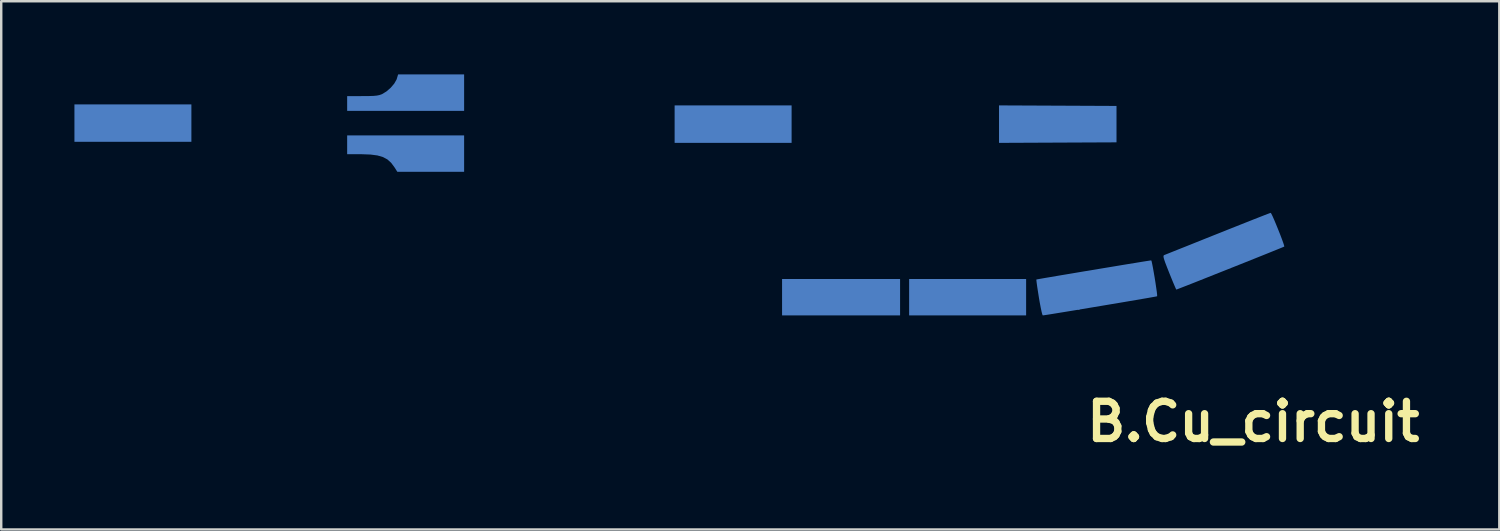
<source format=kicad_pcb>
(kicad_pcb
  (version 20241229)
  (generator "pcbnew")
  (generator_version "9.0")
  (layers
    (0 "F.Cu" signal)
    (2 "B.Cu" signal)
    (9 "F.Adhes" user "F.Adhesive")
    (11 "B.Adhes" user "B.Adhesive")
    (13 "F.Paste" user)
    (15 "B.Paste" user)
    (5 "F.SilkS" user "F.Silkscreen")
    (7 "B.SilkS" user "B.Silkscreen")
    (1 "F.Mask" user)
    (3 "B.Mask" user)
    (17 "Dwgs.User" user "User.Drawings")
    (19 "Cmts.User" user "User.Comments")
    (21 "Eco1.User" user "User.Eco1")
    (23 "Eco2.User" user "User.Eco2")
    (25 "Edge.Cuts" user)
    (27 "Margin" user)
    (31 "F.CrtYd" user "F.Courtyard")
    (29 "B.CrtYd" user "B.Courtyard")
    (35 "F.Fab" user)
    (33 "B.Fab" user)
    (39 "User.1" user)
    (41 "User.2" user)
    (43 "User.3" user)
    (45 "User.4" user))
  (footprint "B.Cu_circuit"
    (layer "F.Cu")
    (at 48.307 14.229)
    (property "Reference" "B.Cu_circuit" (at 0 0 0) (layer "F.SilkS") (effects (font (size 1.524 1.524) (thickness 0.3))))
    (attr through_hole)
    (pad "1" smd custom (at -6.35 -12.192) (size 1 1) (layers "B.Cu") (options (anchor rect)) (primitives (gr_poly (pts (xy 0.741 -0.741) (xy 0.741 0.741) (xy -1.662 0.752) (xy -4.064 0.763) (xy -4.064 -0.763) (xy 0.741 -0.741)) (width 0.01) (fill yes))))
    (pad "2" smd custom (at -21.844 -12.192) (size 1 1) (layers "B.Cu") (options (anchor rect)) (primitives (gr_poly (pts (xy 2.921 0.762) (xy -1.863 0.762) (xy -1.863 -0.762) (xy 2.921 -0.762) (xy 2.921 0.762)) (width 0.01) (fill yes))))
    (pad "3" smd custom (at -33.02 -13.716) (size 1 1) (layers "B.Cu") (options (anchor rect)) (primitives (gr_poly (pts (xy 0.677 0.974) (xy -4.106 0.974) (xy -4.106 0.381) (xy -3.482 0.38) (xy -3.224 0.378) (xy -3.034 0.372) (xy -2.895 0.359) (xy -2.79 0.338) (xy -2.703 0.308) (xy -2.679 0.298) (xy -2.5 0.19) (xy -2.326 0.039) (xy -2.18 -0.131) (xy -2.084 -0.297) (xy -2.071 -0.335) (xy -2.019 -0.508) (xy 0.677 -0.508) (xy 0.677 0.974)) (width 0.01) (fill yes))))
    (pad "4" smd custom (at -33.02 -11.176) (size 1 1) (layers "B.Cu") (options (anchor rect)) (primitives (gr_poly (pts (xy 0.677 0.931) (xy -2.053 0.931) (xy -2.171 0.745) (xy -2.305 0.565) (xy -2.458 0.427) (xy -2.642 0.328) (xy -2.87 0.262) (xy -3.154 0.225) (xy -3.507 0.212) (xy -3.565 0.212) (xy -4.106 0.212) (xy -4.106 -0.55) (xy 0.677 -0.55) (xy 0.677 0.931)) (width 0.01) (fill yes))))
    (pad "5" smd custom (at -44.45 -12.192) (size 1 1) (layers "B.Cu") (options (anchor rect)) (primitives (gr_poly (pts (xy 0.931 0.72) (xy -3.852 0.72) (xy -3.852 -0.804) (xy 0.931 -0.804) (xy 0.931 0.72)) (width 0.01) (fill yes))))
    (pad "6" smd custom (at -16.51 -5.08) (size 1 1) (layers "B.Cu") (options (anchor rect)) (primitives (gr_poly (pts (xy 2.032 0.72) (xy -2.794 0.72) (xy -2.794 -0.762) (xy 2.032 -0.762) (xy 2.032 0.72)) (width 0.01) (fill yes))))
    (pad "7" smd custom (at -11.43 -5.08) (size 1 1) (layers "B.Cu") (options (anchor rect)) (primitives (gr_poly (pts (xy 2.117 0.72) (xy -2.667 0.72) (xy -2.667 -0.762) (xy 2.117 -0.762) (xy 2.117 0.72)) (width 0.01) (fill yes))))
    (pad "8" smd custom (at -7.62 -5.08) (size 1 1) (layers "B.Cu") (options (anchor rect)) (primitives (gr_poly (pts (xy 3.451 -1.485) (xy 3.474 -1.378) (xy 3.505 -1.221) (xy 3.539 -1.028) (xy 3.575 -0.818) (xy 3.609 -0.605) (xy 3.638 -0.407) (xy 3.662 -0.241) (xy 3.675 -0.121) (xy 3.676 -0.065) (xy 3.676 -0.063) (xy 3.632 -0.053) (xy 3.515 -0.032) (xy 3.332 0.001) (xy 3.093 0.042) (xy 2.807 0.091) (xy 2.484 0.146) (xy 2.132 0.206) (xy 1.76 0.268) (xy 1.379 0.332) (xy 0.996 0.396) (xy 0.622 0.459) (xy 0.265 0.518) (xy -0.066 0.572) (xy -0.361 0.62) (xy -0.611 0.661) (xy -0.808 0.692) (xy -0.941 0.712) (xy -1.002 0.72) (xy -1.003 0.72) (xy -1.022 0.68) (xy -1.05 0.57) (xy -1.085 0.404) (xy -1.125 0.194) (xy -1.159 -0.004) (xy -1.196 -0.24) (xy -1.228 -0.446) (xy -1.25 -0.607) (xy -1.262 -0.71) (xy -1.263 -0.741) (xy -1.221 -0.749) (xy -1.104 -0.77) (xy -0.922 -0.802) (xy -0.684 -0.842) (xy -0.399 -0.891) (xy -0.076 -0.945) (xy 0.276 -1.004) (xy 0.647 -1.067) (xy 1.029 -1.13) (xy 1.413 -1.194) (xy 1.788 -1.256) (xy 2.147 -1.316) (xy 2.479 -1.371) (xy 2.777 -1.419) (xy 3.03 -1.461) (xy 3.23 -1.493) (xy 3.367 -1.514) (xy 3.432 -1.524) (xy 3.436 -1.524) (xy 3.451 -1.485)) (width 0.01) (fill yes))))
    (pad "9" smd custom (at -2.54 -6.35) (size 1 1) (layers "B.Cu") (options (anchor rect)) (primitives (gr_poly (pts (xy 3.279 -2.164) (xy 3.328 -2.063) (xy 3.394 -1.914) (xy 3.47 -1.733) (xy 3.551 -1.534) (xy 3.631 -1.334) (xy 3.702 -1.147) (xy 3.759 -0.991) (xy 3.796 -0.879) (xy 3.806 -0.829) (xy 3.805 -0.828) (xy 3.764 -0.81) (xy 3.653 -0.764) (xy 3.48 -0.694) (xy 3.255 -0.603) (xy 2.985 -0.494) (xy 2.68 -0.372) (xy 2.348 -0.239) (xy 1.998 -0.099) (xy 1.638 0.044) (xy 1.277 0.188) (xy 0.924 0.328) (xy 0.587 0.462) (xy 0.275 0.586) (xy -0.003 0.696) (xy -0.239 0.788) (xy -0.425 0.861) (xy -0.55 0.909) (xy -0.608 0.931) (xy -0.611 0.931) (xy -0.631 0.894) (xy -0.676 0.791) (xy -0.743 0.634) (xy -0.824 0.436) (xy -0.902 0.243) (xy -1.001 -0.008) (xy -1.071 -0.191) (xy -1.114 -0.319) (xy -1.133 -0.4) (xy -1.132 -0.447) (xy -1.113 -0.469) (xy -1.107 -0.472) (xy -1.056 -0.492) (xy -0.933 -0.541) (xy -0.746 -0.616) (xy -0.504 -0.713) (xy -0.212 -0.829) (xy 0.12 -0.962) (xy 0.487 -1.109) (xy 0.879 -1.266) (xy 1.091 -1.35) (xy 1.493 -1.511) (xy 1.871 -1.661) (xy 2.219 -1.799) (xy 2.528 -1.922) (xy 2.792 -2.025) (xy 3.003 -2.108) (xy 3.155 -2.166) (xy 3.238 -2.197) (xy 3.253 -2.201) (xy 3.279 -2.164)) (width 0.01) (fill yes)))))
  (gr_rect
    (start -3 -3)
    (end 58.39 18.647)
    (stroke (width 0.1) (type default))
    (fill no)
    (layer "Edge.Cuts")))
</source>
